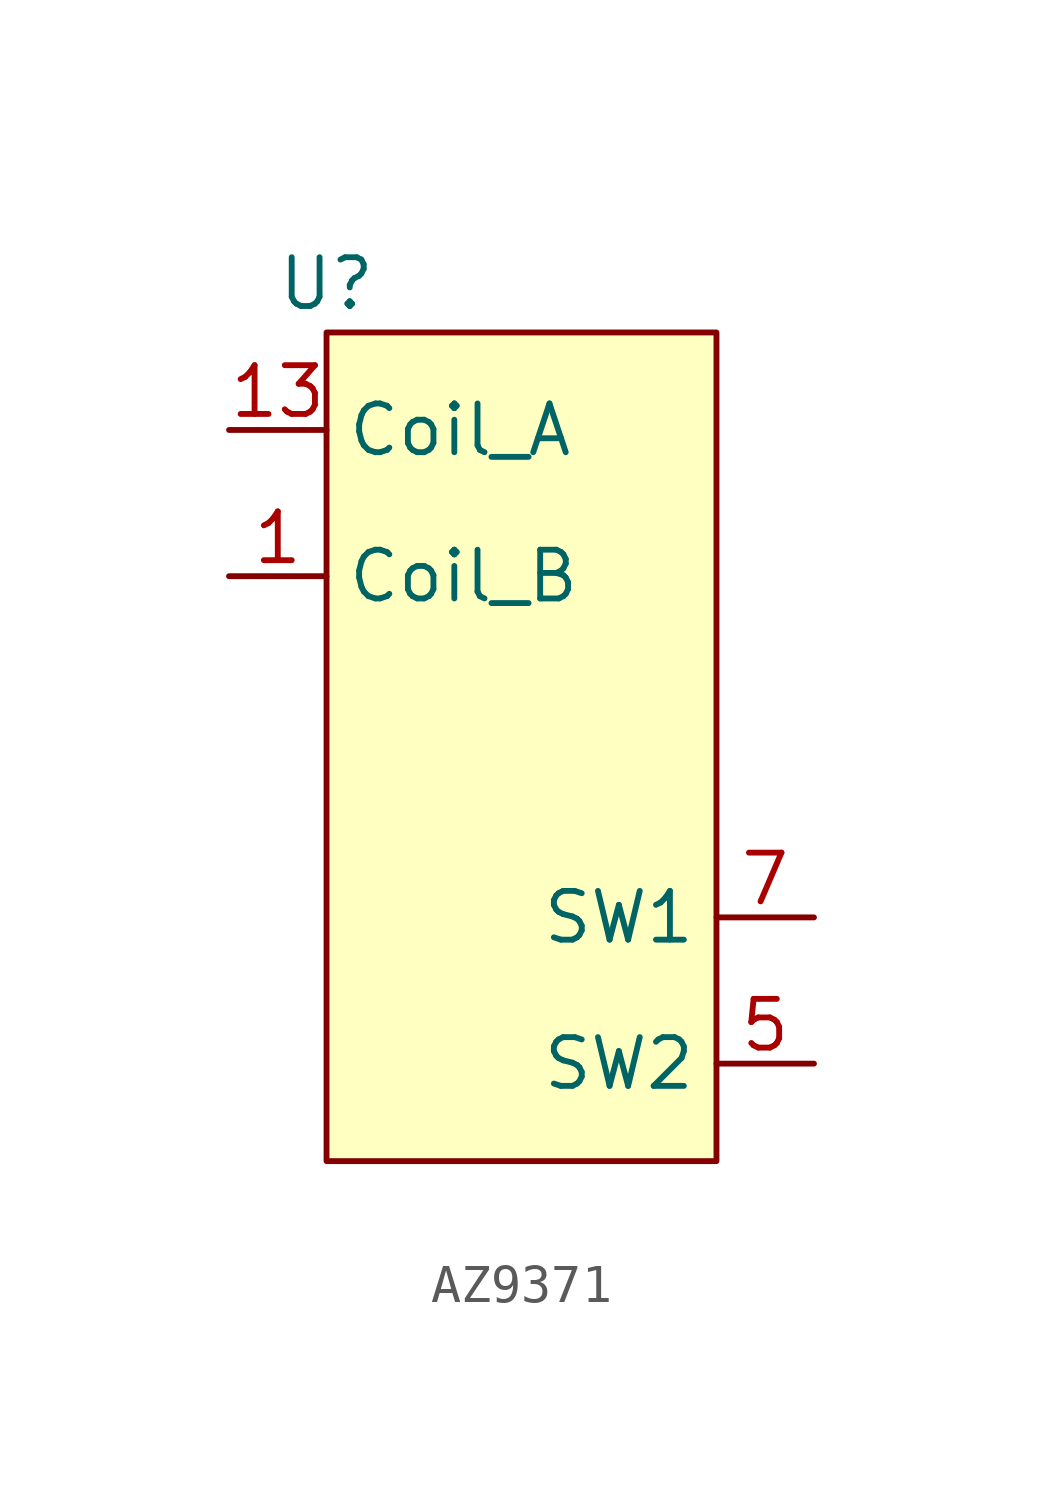
<source format=kicad_sym>
(kicad_symbol_lib
  (version 20231120)
  (generator "kicad_symbol_editor")
  (generator_version "8.0")
  (symbol "AZ9371"
    (property "Reference" "U"
      (at 0 0 0)
      (effects (font (size 1.27 1.27))))
    (property "Value" ""
      (at 0 0 0)
      (effects (font (size 1.27 1.27))))
    (symbol "AZ9371_1_1"
      (rectangle (start 0 -1.27) (end 10.16 -22.86) (stroke (width 0) (type default)) (fill (type background)))
      (pin passive line (at -2.54 -7.62 0) (length 2.54) (name "Coil_B" (effects (font (size 1.27 1.27)))) (number "1" (effects (font (size 1.27 1.27)))))
      (pin passive line (at -2.54 -3.81 0) (length 2.54) (name "Coil_A" (effects (font (size 1.27 1.27)))) (number "13" (effects (font (size 1.27 1.27)))))
      (pin passive line (at 12.7 -20.32 180) (length 2.54) (name "SW2" (effects (font (size 1.27 1.27)))) (number "5" (effects (font (size 1.27 1.27)))))
      (pin passive line (at 12.7 -16.51 180) (length 2.54) (name "SW1" (effects (font (size 1.27 1.27)))) (number "7" (effects (font (size 1.27 1.27))))))))
</source>
